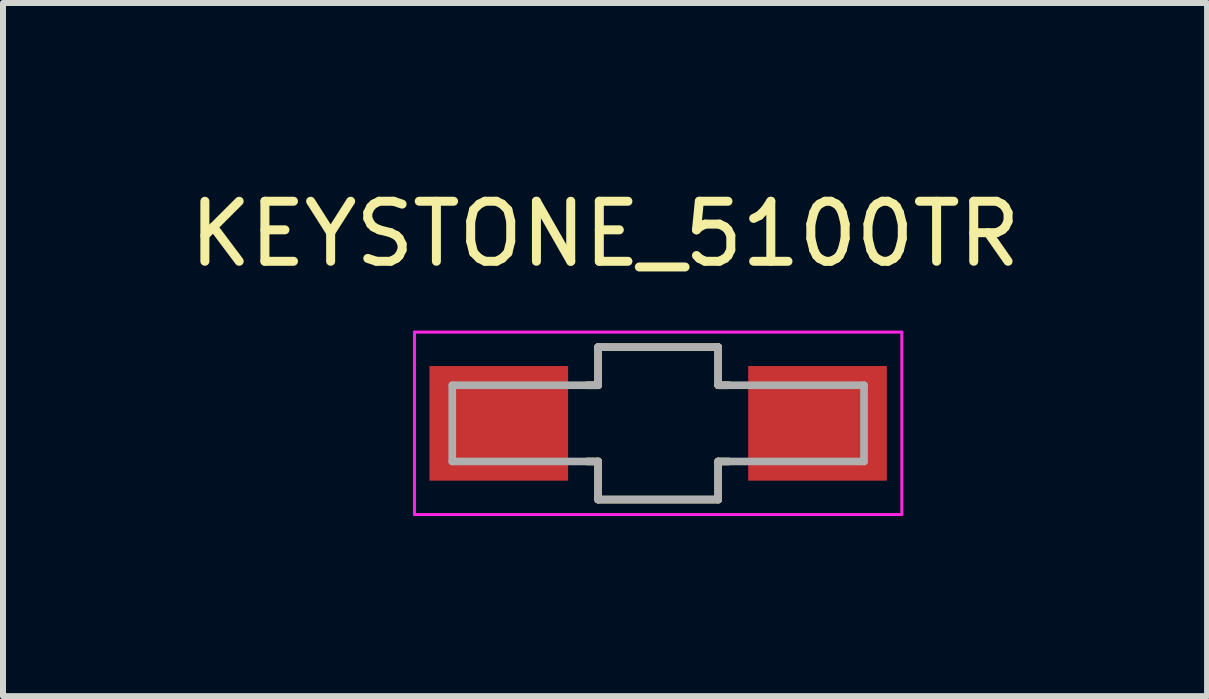
<source format=kicad_pcb>
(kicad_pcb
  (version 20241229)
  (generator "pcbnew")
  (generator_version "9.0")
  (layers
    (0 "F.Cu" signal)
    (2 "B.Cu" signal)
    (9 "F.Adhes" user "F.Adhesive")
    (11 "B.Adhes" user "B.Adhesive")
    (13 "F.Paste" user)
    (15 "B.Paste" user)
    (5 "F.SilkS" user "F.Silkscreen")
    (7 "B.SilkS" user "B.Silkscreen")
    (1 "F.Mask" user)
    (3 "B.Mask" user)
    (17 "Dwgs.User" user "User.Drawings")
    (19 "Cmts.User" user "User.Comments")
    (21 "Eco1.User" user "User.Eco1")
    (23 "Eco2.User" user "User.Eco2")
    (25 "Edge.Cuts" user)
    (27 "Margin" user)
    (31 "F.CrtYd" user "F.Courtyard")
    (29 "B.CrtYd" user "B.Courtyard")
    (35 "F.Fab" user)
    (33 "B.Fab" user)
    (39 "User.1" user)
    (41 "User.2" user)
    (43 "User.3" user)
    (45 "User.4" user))
  (footprint "KEYSTONE_5100TR"
    (layer "F.Cu")
    (at 7.915 4.003)
    (property "Reference" "KEYSTONE_5100TR" (at -0.885 -3.155 0) (layer "F.SilkS") (effects (font (size 1 1) (thickness 0.15))))
    (attr smd)
    (fp_line (start -1.18 -0.635) (end -1 -0.635) (stroke (width 0.127) (type solid)) (layer "F.SilkS"))
    (fp_line (start -1 -1.27) (end 1 -1.27) (stroke (width 0.127) (type solid)) (layer "F.SilkS"))
    (fp_line (start -1 -0.635) (end -1 -1.27) (stroke (width 0.127) (type solid)) (layer "F.SilkS"))
    (fp_line (start -1 0.635) (end -1.18 0.635) (stroke (width 0.127) (type solid)) (layer "F.SilkS"))
    (fp_line (start -1 1.27) (end -1 0.635) (stroke (width 0.127) (type solid)) (layer "F.SilkS"))
    (fp_line (start 1 -1.27) (end 1 -0.635) (stroke (width 0.127) (type solid)) (layer "F.SilkS"))
    (fp_line (start 1 -0.635) (end 1.18 -0.635) (stroke (width 0.127) (type solid)) (layer "F.SilkS"))
    (fp_line (start 1 0.635) (end 1 1.27) (stroke (width 0.127) (type solid)) (layer "F.SilkS"))
    (fp_line (start 1 1.27) (end -1 1.27) (stroke (width 0.127) (type solid)) (layer "F.SilkS"))
    (fp_line (start 1.18 0.635) (end 1 0.635) (stroke (width 0.127) (type solid)) (layer "F.SilkS"))
    (fp_line (start -4.06 -1.52) (end -4.06 1.52) (stroke (width 0.05) (type solid)) (layer "F.CrtYd"))
    (fp_line (start -4.06 1.52) (end 4.06 1.52) (stroke (width 0.05) (type solid)) (layer "F.CrtYd"))
    (fp_line (start 4.06 -1.52) (end -4.06 -1.52) (stroke (width 0.05) (type solid)) (layer "F.CrtYd"))
    (fp_line (start 4.06 1.52) (end 4.06 -1.52) (stroke (width 0.05) (type solid)) (layer "F.CrtYd"))
    (fp_line (start -3.43 -0.635) (end -1 -0.635) (stroke (width 0.127) (type solid)) (layer "F.Fab"))
    (fp_line (start -3.43 0.635) (end -3.43 -0.635) (stroke (width 0.127) (type solid)) (layer "F.Fab"))
    (fp_line (start -1 -1.27) (end 1 -1.27) (stroke (width 0.127) (type solid)) (layer "F.Fab"))
    (fp_line (start -1 -0.635) (end -1 -1.27) (stroke (width 0.127) (type solid)) (layer "F.Fab"))
    (fp_line (start -1 0.635) (end -3.43 0.635) (stroke (width 0.127) (type solid)) (layer "F.Fab"))
    (fp_line (start -1 1.27) (end -1 0.635) (stroke (width 0.127) (type solid)) (layer "F.Fab"))
    (fp_line (start 1 -1.27) (end 1 -0.635) (stroke (width 0.127) (type solid)) (layer "F.Fab"))
    (fp_line (start 1 -0.635) (end 3.43 -0.635) (stroke (width 0.127) (type solid)) (layer "F.Fab"))
    (fp_line (start 1 0.635) (end 1 1.27) (stroke (width 0.127) (type solid)) (layer "F.Fab"))
    (fp_line (start 1 1.27) (end -1 1.27) (stroke (width 0.127) (type solid)) (layer "F.Fab"))
    (fp_line (start 3.43 -0.635) (end 3.43 0.635) (stroke (width 0.127) (type solid)) (layer "F.Fab"))
    (fp_line (start 3.43 0.635) (end 1 0.635) (stroke (width 0.127) (type solid)) (layer "F.Fab"))
    (pad "1" smd rect (at -2.655 0) (size 2.31 1.91) (layers "F.Cu" "F.Mask" "F.Paste"))
    (pad "2" smd rect (at 2.655 0) (size 2.31 1.91) (layers "F.Cu" "F.Mask" "F.Paste")))
  (gr_rect
    (start -3 -3)
    (end 17.06 8.548)
    (stroke (width 0.1) (type default))
    (fill no)
    (layer "Edge.Cuts")))
</source>
